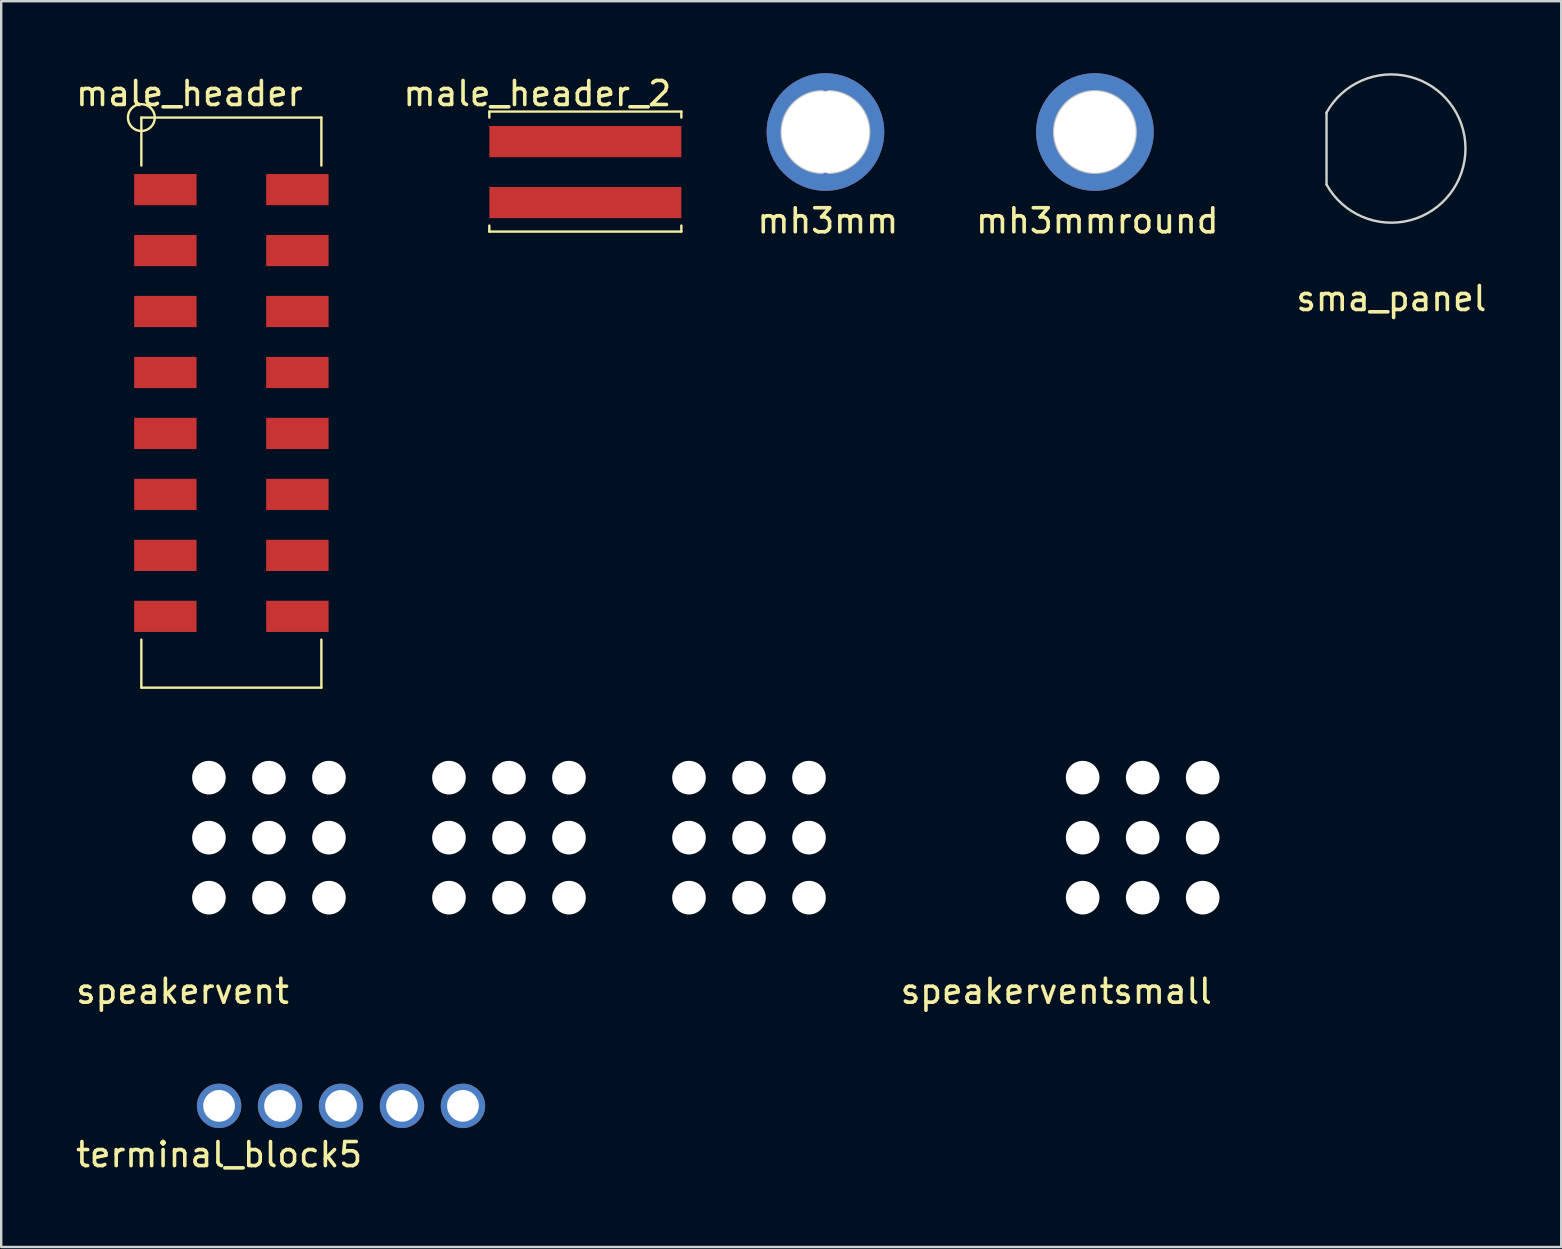
<source format=kicad_pcb>
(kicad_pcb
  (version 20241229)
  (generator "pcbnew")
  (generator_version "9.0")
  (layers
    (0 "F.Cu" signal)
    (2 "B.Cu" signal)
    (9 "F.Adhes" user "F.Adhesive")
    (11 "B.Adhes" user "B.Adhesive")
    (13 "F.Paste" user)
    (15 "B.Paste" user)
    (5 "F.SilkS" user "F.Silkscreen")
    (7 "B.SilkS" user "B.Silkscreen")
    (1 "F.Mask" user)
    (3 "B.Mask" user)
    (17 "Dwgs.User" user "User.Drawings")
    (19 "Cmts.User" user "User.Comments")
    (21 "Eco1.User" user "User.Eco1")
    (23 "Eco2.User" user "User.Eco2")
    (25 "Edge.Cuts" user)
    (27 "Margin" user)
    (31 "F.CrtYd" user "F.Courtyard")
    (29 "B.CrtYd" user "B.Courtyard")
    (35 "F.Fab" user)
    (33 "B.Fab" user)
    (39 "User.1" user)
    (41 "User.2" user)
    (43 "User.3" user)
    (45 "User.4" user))
  (footprint "sma_panel"
    (layer "F.Cu")
    (at 54.915 3.139)
    (property "Reference" "sma_panel" (at 0 6.25 0) (layer "F.SilkS") (effects (font (size 1 1) (thickness 0.15))))
    (attr through_hole)
    (fp_line (start -2.7 -1.5) (end -2.7 1.5) (stroke (width 0.1) (type solid)) (layer "Edge.Cuts"))
    (fp_arc (start -2.706357 -1.488497) (mid 3.088681 -0.006571) (end -2.699999 1.499999) (stroke (width 0.1) (type solid)) (layer "Edge.Cuts")))
  (footprint "speakerventsmall"
    (layer "F.Cu")
    (at 42.055 34.348)
    (property "Reference" "speakerventsmall" (at -1.1 3.9 0) (layer "F.SilkS") (effects (font (size 1 1) (thickness 0.15))))
    (attr through_hole)
    (pad "" np_thru_hole circle (at 0 -5) (size 1.4 1.4) (drill 1.4) (layers "*.Cu" "*.Mask"))
    (pad "" np_thru_hole circle (at 0 -2.5) (size 1.4 1.4) (drill 1.4) (layers "*.Cu" "*.Mask"))
    (pad "" np_thru_hole circle (at 0 0) (size 1.4 1.4) (drill 1.4) (layers "*.Cu" "*.Mask"))
    (pad "" np_thru_hole circle (at 2.5 -5) (size 1.4 1.4) (drill 1.4) (layers "*.Cu" "*.Mask"))
    (pad "" np_thru_hole circle (at 2.5 -2.5) (size 1.4 1.4) (drill 1.4) (layers "*.Cu" "*.Mask"))
    (pad "" np_thru_hole circle (at 2.5 0) (size 1.4 1.4) (drill 1.4) (layers "*.Cu" "*.Mask"))
    (pad "" np_thru_hole circle (at 5 -5) (size 1.4 1.4) (drill 1.4) (layers "*.Cu" "*.Mask"))
    (pad "" np_thru_hole circle (at 5 -2.5) (size 1.4 1.4) (drill 1.4) (layers "*.Cu" "*.Mask"))
    (pad "" np_thru_hole circle (at 5 0) (size 1.4 1.4) (drill 1.4) (layers "*.Cu" "*.Mask")))
  (footprint "mh3mmround"
    (layer "F.Cu")
    (at 42.565 2.45)
    (property "Reference" "mh3mmround" (at 0.1 3.7 0) (layer "F.SilkS") (effects (font (size 1 1) (thickness 0.15))))
    (attr through_hole)
    (fp_line (start -1.1 0) (end 1.1 0) (stroke (width 0.1) (type solid)) (layer "Dwgs.User"))
    (fp_line (start 0 0) (end 0 -1) (stroke (width 0.1) (type solid)) (layer "Dwgs.User"))
    (fp_line (start 0 0) (end 0 1) (stroke (width 0.1) (type solid)) (layer "Dwgs.User"))
    (fp_arc (start 0 -1.7) (mid 1.7 0) (end 0 1.7) (stroke (width 0.1) (type solid)) (layer "Dwgs.User"))
    (fp_arc (start 0 1.7) (mid -1.7 0) (end 0 -1.7) (stroke (width 0.1) (type solid)) (layer "Dwgs.User"))
    (pad "1" thru_hole circle (at 0 0) (size 4.9 4.9) (drill 3.4) (layers "*.Cu" "*.Mask")))
  (footprint "terminal_block5"
    (layer "F.Cu")
    (at 6.077 43.022)
    (property "Reference" "terminal_block5" (at 0 2.032 0) (layer "F.SilkS") (effects (font (size 1 1) (thickness 0.15))))
    (attr through_hole)
    (pad "1" thru_hole circle (at 0 0) (size 1.85 1.85) (drill 1.32) (layers "*.Cu" "F.Mask"))
    (pad "2" thru_hole circle (at 2.54 0) (size 1.85 1.85) (drill 1.32) (layers "*.Cu" "F.Mask"))
    (pad "3" thru_hole circle (at 5.08 0) (size 1.85 1.85) (drill 1.32) (layers "*.Cu" "F.Mask"))
    (pad "4" thru_hole circle (at 7.62 0) (size 1.85 1.85) (drill 1.32) (layers "*.Cu" "F.Mask"))
    (pad "5" thru_hole circle (at 10.16 0) (size 1.85 1.85) (drill 1.32) (layers "*.Cu" "F.Mask")))
  (footprint "speakervent"
    (layer "F.Cu")
    (at 5.654 34.348)
    (property "Reference" "speakervent" (at -1.1 3.9 0) (layer "F.SilkS") (effects (font (size 1 1) (thickness 0.15))))
    (attr through_hole)
    (pad "" np_thru_hole circle (at 0 -5) (size 1.4 1.4) (drill 1.4) (layers "*.Cu" "*.Mask"))
    (pad "" np_thru_hole circle (at 0 -2.5) (size 1.4 1.4) (drill 1.4) (layers "*.Cu" "*.Mask"))
    (pad "" np_thru_hole circle (at 0 0) (size 1.4 1.4) (drill 1.4) (layers "*.Cu" "*.Mask"))
    (pad "" np_thru_hole circle (at 2.5 -5) (size 1.4 1.4) (drill 1.4) (layers "*.Cu" "*.Mask"))
    (pad "" np_thru_hole circle (at 2.5 -2.5) (size 1.4 1.4) (drill 1.4) (layers "*.Cu" "*.Mask"))
    (pad "" np_thru_hole circle (at 2.5 0) (size 1.4 1.4) (drill 1.4) (layers "*.Cu" "*.Mask"))
    (pad "" np_thru_hole circle (at 5 -5) (size 1.4 1.4) (drill 1.4) (layers "*.Cu" "*.Mask"))
    (pad "" np_thru_hole circle (at 5 -2.5) (size 1.4 1.4) (drill 1.4) (layers "*.Cu" "*.Mask"))
    (pad "" np_thru_hole circle (at 5 0) (size 1.4 1.4) (drill 1.4) (layers "*.Cu" "*.Mask"))
    (pad "" np_thru_hole circle (at 10 -5) (size 1.4 1.4) (drill 1.4) (layers "*.Cu" "*.Mask"))
    (pad "" np_thru_hole circle (at 10 -2.5) (size 1.4 1.4) (drill 1.4) (layers "*.Cu" "*.Mask"))
    (pad "" np_thru_hole circle (at 10 0) (size 1.4 1.4) (drill 1.4) (layers "*.Cu" "*.Mask"))
    (pad "" np_thru_hole circle (at 12.5 -5) (size 1.4 1.4) (drill 1.4) (layers "*.Cu" "*.Mask"))
    (pad "" np_thru_hole circle (at 12.5 -2.5) (size 1.4 1.4) (drill 1.4) (layers "*.Cu" "*.Mask"))
    (pad "" np_thru_hole circle (at 12.5 0) (size 1.4 1.4) (drill 1.4) (layers "*.Cu" "*.Mask"))
    (pad "" np_thru_hole circle (at 15 -5) (size 1.4 1.4) (drill 1.4) (layers "*.Cu" "*.Mask"))
    (pad "" np_thru_hole circle (at 15 -2.5) (size 1.4 1.4) (drill 1.4) (layers "*.Cu" "*.Mask"))
    (pad "" np_thru_hole circle (at 15 0) (size 1.4 1.4) (drill 1.4) (layers "*.Cu" "*.Mask"))
    (pad "" np_thru_hole circle (at 20 -5) (size 1.4 1.4) (drill 1.4) (layers "*.Cu" "*.Mask"))
    (pad "" np_thru_hole circle (at 20 -2.5) (size 1.4 1.4) (drill 1.4) (layers "*.Cu" "*.Mask"))
    (pad "" np_thru_hole circle (at 20 0) (size 1.4 1.4) (drill 1.4) (layers "*.Cu" "*.Mask"))
    (pad "" np_thru_hole circle (at 22.5 -5) (size 1.4 1.4) (drill 1.4) (layers "*.Cu" "*.Mask"))
    (pad "" np_thru_hole circle (at 22.5 -2.5) (size 1.4 1.4) (drill 1.4) (layers "*.Cu" "*.Mask"))
    (pad "" np_thru_hole circle (at 22.5 0) (size 1.4 1.4) (drill 1.4) (layers "*.Cu" "*.Mask"))
    (pad "" np_thru_hole circle (at 25 -5) (size 1.4 1.4) (drill 1.4) (layers "*.Cu" "*.Mask"))
    (pad "" np_thru_hole circle (at 25 -2.5) (size 1.4 1.4) (drill 1.4) (layers "*.Cu" "*.Mask"))
    (pad "" np_thru_hole circle (at 25 0) (size 1.4 1.4) (drill 1.4) (layers "*.Cu" "*.Mask")))
  (footprint "mh3mm"
    (layer "F.Cu")
    (at 31.339 2.45)
    (property "Reference" "mh3mm" (at 0.1 3.7 0) (layer "F.SilkS") (effects (font (size 1 1) (thickness 0.15))))
    (attr through_hole)
    (fp_line (start -1.1 0) (end 1.1 0) (stroke (width 0.1) (type solid)) (layer "Dwgs.User"))
    (fp_line (start -0.125 0) (end -0.125 1) (stroke (width 0.1) (type solid)) (layer "Dwgs.User"))
    (fp_line (start 0.125 0) (end 0.125 -1) (stroke (width 0.1) (type solid)) (layer "Dwgs.User"))
    (fp_arc (start -0.125 1.7) (mid -1.825 0) (end -0.125 -1.7) (stroke (width 0.1) (type solid)) (layer "Dwgs.User"))
    (fp_arc (start 0.125 -1.7) (mid 1.825 0) (end 0.125 1.7) (stroke (width 0.1) (type solid)) (layer "Dwgs.User"))
    (pad "1" thru_hole circle (at 0 0) (size 4.9 4.9) (drill oval 3.65 3.4) (layers "*.Cu" "*.Mask")))
  (footprint "male_header"
    (layer "F.Cu")
    (at 6.589 4.848)
    (property "Reference" "male_header" (at -1.75 -4 0) (layer "F.SilkS") (effects (font (size 1 1) (thickness 0.15))))
    (attr through_hole)
    (fp_line (start -3.75 -3) (end 3.75 -3) (stroke (width 0.1) (type solid)) (layer "F.SilkS"))
    (fp_line (start -3.75 -1) (end -3.75 -3) (stroke (width 0.1) (type solid)) (layer "F.SilkS"))
    (fp_line (start -3.75 18.75) (end -3.75 20.75) (stroke (width 0.1) (type solid)) (layer "F.SilkS"))
    (fp_line (start -3.75 20.75) (end 3.75 20.75) (stroke (width 0.1) (type solid)) (layer "F.SilkS"))
    (fp_line (start 3.75 -3) (end 3.75 -1) (stroke (width 0.1) (type solid)) (layer "F.SilkS"))
    (fp_line (start 3.75 20.75) (end 3.75 18.75) (stroke (width 0.1) (type solid)) (layer "F.SilkS"))
    (fp_circle (center -3.75 -3) (end -3.5 -2.5) (stroke (width 0.1) (type solid)) (fill no) (layer "F.SilkS"))
    (pad "1" smd rect (at -2.75 0) (size 2.6 1.3) (layers "F.Cu" "F.Mask" "F.Paste"))
    (pad "2" smd rect (at 2.75 0) (size 2.6 1.3) (layers "F.Cu" "F.Mask" "F.Paste"))
    (pad "3" smd rect (at -2.75 2.54) (size 2.6 1.3) (layers "F.Cu" "F.Mask" "F.Paste"))
    (pad "4" smd rect (at 2.75 2.54) (size 2.6 1.3) (layers "F.Cu" "F.Mask" "F.Paste"))
    (pad "5" smd rect (at -2.75 5.08) (size 2.6 1.3) (layers "F.Cu" "F.Mask" "F.Paste"))
    (pad "6" smd rect (at 2.75 5.08) (size 2.6 1.3) (layers "F.Cu" "F.Mask" "F.Paste"))
    (pad "7" smd rect (at -2.75 7.62) (size 2.6 1.3) (layers "F.Cu" "F.Mask" "F.Paste"))
    (pad "8" smd rect (at 2.75 7.62) (size 2.6 1.3) (layers "F.Cu" "F.Mask" "F.Paste"))
    (pad "9" smd rect (at -2.75 10.16) (size 2.6 1.3) (layers "F.Cu" "F.Mask" "F.Paste"))
    (pad "10" smd rect (at 2.75 10.16) (size 2.6 1.3) (layers "F.Cu" "F.Mask" "F.Paste"))
    (pad "11" smd rect (at -2.75 12.7) (size 2.6 1.3) (layers "F.Cu" "F.Mask" "F.Paste"))
    (pad "12" smd rect (at 2.75 12.7) (size 2.6 1.3) (layers "F.Cu" "F.Mask" "F.Paste"))
    (pad "13" smd rect (at -2.75 15.24) (size 2.6 1.3) (layers "F.Cu" "F.Mask" "F.Paste"))
    (pad "14" smd rect (at 2.75 15.24) (size 2.6 1.3) (layers "F.Cu" "F.Mask" "F.Paste"))
    (pad "15" smd rect (at -2.75 17.78) (size 2.6 1.3) (layers "F.Cu" "F.Mask" "F.Paste"))
    (pad "16" smd rect (at 2.75 17.78) (size 2.6 1.3) (layers "F.Cu" "F.Mask" "F.Paste")))
  (footprint "male_header_2"
    (layer "F.Cu")
    (at 21.336 2.848)
    (property "Reference" "male_header_2" (at -2 -2 0) (layer "F.SilkS") (effects (font (size 1 1) (thickness 0.15))))
    (attr through_hole)
    (fp_line (start -4 -1.25) (end 4 -1.25) (stroke (width 0.1) (type solid)) (layer "F.SilkS"))
    (fp_line (start -4 -1) (end -4 -1.25) (stroke (width 0.1) (type solid)) (layer "F.SilkS"))
    (fp_line (start -4 3.5) (end -4 3.75) (stroke (width 0.1) (type solid)) (layer "F.SilkS"))
    (fp_line (start -4 3.75) (end 4 3.75) (stroke (width 0.1) (type solid)) (layer "F.SilkS"))
    (fp_line (start 4 -1.25) (end 4 -1) (stroke (width 0.1) (type solid)) (layer "F.SilkS"))
    (fp_line (start 4 3.75) (end 4 3.5) (stroke (width 0.1) (type solid)) (layer "F.SilkS"))
    (pad "1" smd rect (at 0 0) (size 8 1.3) (layers "F.Cu" "F.Mask" "F.Paste"))
    (pad "2" smd rect (at 0 2.54) (size 8 1.3) (layers "F.Cu" "F.Mask" "F.Paste")))
  (gr_rect
    (start -3 -3)
    (end 61.993 48.902)
    (stroke (width 0.1) (type default))
    (fill no)
    (layer "Edge.Cuts")))
</source>
